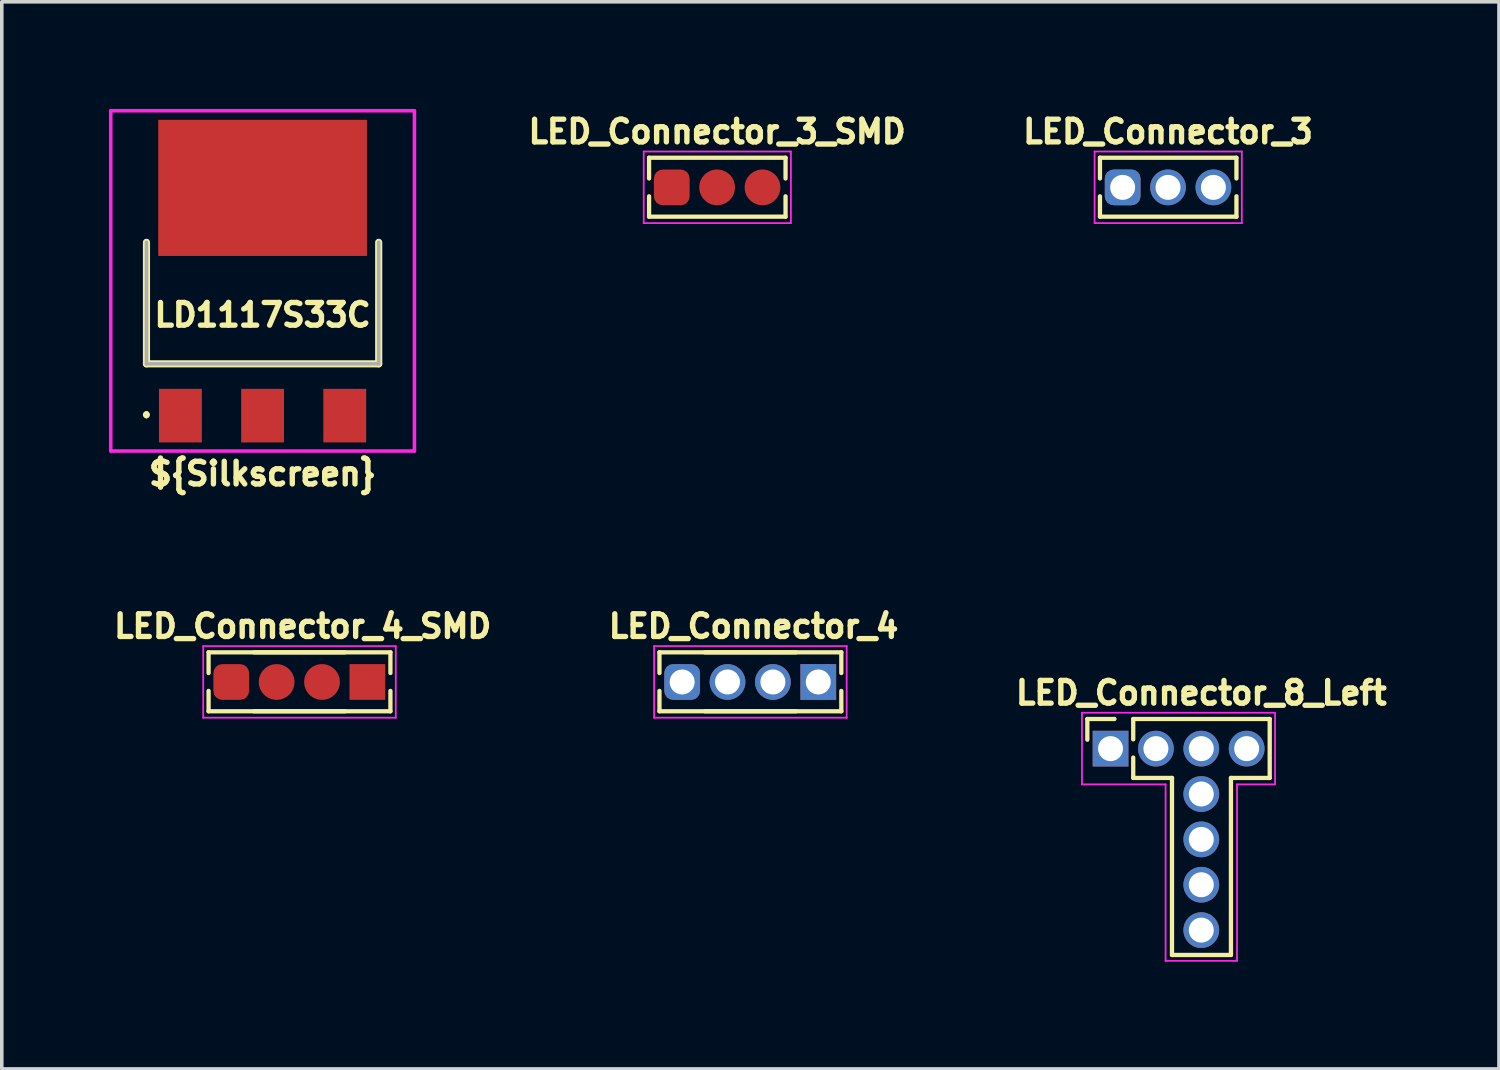
<source format=kicad_pcb>
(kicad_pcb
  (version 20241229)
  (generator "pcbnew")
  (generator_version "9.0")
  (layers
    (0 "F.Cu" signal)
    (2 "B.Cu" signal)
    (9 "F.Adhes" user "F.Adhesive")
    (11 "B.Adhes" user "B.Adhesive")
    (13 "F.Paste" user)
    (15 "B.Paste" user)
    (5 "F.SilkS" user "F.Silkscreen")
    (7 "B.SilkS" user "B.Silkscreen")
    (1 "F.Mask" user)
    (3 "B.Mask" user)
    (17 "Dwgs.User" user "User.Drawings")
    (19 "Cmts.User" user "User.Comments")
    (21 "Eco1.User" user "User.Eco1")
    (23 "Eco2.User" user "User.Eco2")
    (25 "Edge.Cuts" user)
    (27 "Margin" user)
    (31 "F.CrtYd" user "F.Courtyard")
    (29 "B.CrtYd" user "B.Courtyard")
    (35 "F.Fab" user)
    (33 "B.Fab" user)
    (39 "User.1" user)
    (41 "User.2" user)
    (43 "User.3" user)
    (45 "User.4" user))
  (footprint "LD1117S33C"
    (layer "F.Cu")
    (at 4.3 5.384)
    (property "Reference" "LD1117S33C" (at 0 0.381 0) (layer "F.SilkS") (effects (font (size 0.635 0.635) (thickness 0.15))))
    (property "Description" "" (at 0 0 0) (layer "F.Fab") (effects (font (size 0.635 0.635) (thickness 0.15))))
    (property "Silkscreen" "${Silkscreen}" (at 0 4.826 0) (layer "F.SilkS") (effects (font (size 0.635 0.635) (thickness 0.15))))
    (attr smd)
    (fp_line (start -3.252 3.125) (end -3.252 3.125) (stroke (width 0.1) (type solid)) (layer "F.SilkS"))
    (fp_line (start -3.252 3.225) (end -3.252 3.225) (stroke (width 0.1) (type solid)) (layer "F.SilkS"))
    (fp_line (start -3.25 1.75) (end -3.25 -1.651) (stroke (width 0.2) (type solid)) (layer "F.SilkS"))
    (fp_line (start 3.25 -1.651) (end 3.25 1.75) (stroke (width 0.2) (type solid)) (layer "F.SilkS"))
    (fp_line (start 3.25 1.75) (end -3.25 1.75) (stroke (width 0.2) (type solid)) (layer "F.SilkS"))
    (fp_arc (start -3.252 3.125) (mid -3.202 3.175) (end -3.252 3.225) (stroke (width 0.1) (type solid)) (layer "F.SilkS"))
    (fp_arc (start -3.252 3.225) (mid -3.302 3.175) (end -3.252 3.125) (stroke (width 0.1) (type solid)) (layer "F.SilkS"))
    (fp_line (start -4.25 -5.334) (end 4.25 -5.334) (stroke (width 0.1) (type solid)) (layer "F.CrtYd"))
    (fp_line (start -4.25 4.191) (end -4.25 -5.334) (stroke (width 0.1) (type solid)) (layer "F.CrtYd"))
    (fp_line (start 4.25 -5.334) (end 4.25 4.191) (stroke (width 0.1) (type solid)) (layer "F.CrtYd"))
    (fp_line (start 4.25 4.191) (end -4.25 4.191) (stroke (width 0.1) (type solid)) (layer "F.CrtYd"))
    (fp_line (start -3.25 1.75) (end -3.25 -1.651) (stroke (width 0.1) (type solid)) (layer "F.Fab"))
    (fp_line (start 3.25 -1.651) (end 3.25 1.75) (stroke (width 0.1) (type solid)) (layer "F.Fab"))
    (fp_line (start 3.25 1.75) (end -3.25 1.75) (stroke (width 0.1) (type solid)) (layer "F.Fab"))
    (pad "1" smd rect (at -2.3 3.2) (size 1.2 1.5) (layers "F.Cu" "F.Mask" "F.Paste"))
    (pad "2" smd rect (at 0 3.2) (size 1.2 1.5) (layers "F.Cu" "F.Mask" "F.Paste"))
    (pad "3" smd rect (at 2.3 3.2) (size 1.2 1.5) (layers "F.Cu" "F.Mask" "F.Paste"))
    (pad "4" smd rect (at 0 -3.175 90) (size 3.81 5.842) (layers "F.Cu" "F.Mask" "F.Paste")))
  (footprint "LED_Connector_8_Left"
    (layer "F.Cu")
    (at 30.575 14.095)
    (property "Reference" "LED_Connector_8_Left" (at 0 2.25 180) (layer "F.SilkS") (effects (font (size 0.635 0.635) (thickness 0.15))))
    (attr through_hole)
    (fp_line (start -3.19 2.98) (end -2.43 2.98) (stroke (width 0.12) (type solid)) (layer "F.SilkS"))
    (fp_line (start -3.19 3.56) (end -3.19 2.98) (stroke (width 0.12) (type solid)) (layer "F.SilkS"))
    (fp_line (start -1.905 2.98) (end 1.915 2.98) (stroke (width 0.12) (type solid)) (layer "F.SilkS"))
    (fp_line (start -1.905 3.55) (end -1.905 2.98) (stroke (width 0.12) (type solid)) (layer "F.SilkS"))
    (fp_line (start -1.905 4.63) (end -1.905 4.06) (stroke (width 0.12) (type solid)) (layer "F.SilkS"))
    (fp_line (start -1.905 4.63) (end -0.82 4.63) (stroke (width 0.12) (type solid)) (layer "F.SilkS"))
    (fp_line (start -0.82 4.63) (end -0.82 9.585) (stroke (width 0.12) (type solid)) (layer "F.SilkS"))
    (fp_line (start -0.82 9.585) (end 0.83 9.585) (stroke (width 0.12) (type solid)) (layer "F.SilkS"))
    (fp_line (start 0.83 4.63) (end 0.83 9.585) (stroke (width 0.12) (type solid)) (layer "F.SilkS"))
    (fp_line (start 0.83 4.63) (end 1.915 4.63) (stroke (width 0.12) (type solid)) (layer "F.SilkS"))
    (fp_line (start 1.915 2.98) (end 1.915 4.63) (stroke (width 0.12) (type solid)) (layer "F.SilkS"))
    (fp_line (start -3.34 2.805) (end 2.065 2.805) (stroke (width 0.05) (type solid)) (layer "F.CrtYd"))
    (fp_line (start -3.34 4.81) (end -3.34 2.805) (stroke (width 0.05) (type solid)) (layer "F.CrtYd"))
    (fp_line (start -1 4.81) (end -3.34 4.81) (stroke (width 0.05) (type solid)) (layer "F.CrtYd"))
    (fp_line (start -1 9.75) (end -1 4.81) (stroke (width 0.05) (type solid)) (layer "F.CrtYd"))
    (fp_line (start 1 9.75) (end -1 9.75) (stroke (width 0.05) (type solid)) (layer "F.CrtYd"))
    (fp_line (start 1 9.75) (end 1 4.81) (stroke (width 0.05) (type solid)) (layer "F.CrtYd"))
    (fp_line (start 2.065 4.81) (end 1 4.81) (stroke (width 0.05) (type solid)) (layer "F.CrtYd"))
    (fp_line (start 2.065 4.81) (end 2.065 2.805) (stroke (width 0.05) (type solid)) (layer "F.CrtYd"))
    (pad "1" thru_hole rect (at -2.54 3.81 90) (size 1 1) (drill 0.7) (layers "*.Cu" "*.Mask"))
    (pad "2" thru_hole oval (at -1.27 3.81 90) (size 1 1) (drill 0.7) (layers "*.Cu" "*.Mask"))
    (pad "3" thru_hole oval (at 0 3.81 270) (size 1 1) (drill 0.7) (layers "*.Cu" "*.Mask"))
    (pad "4" thru_hole oval (at 1.27 3.81 270) (size 1 1) (drill 0.7) (layers "*.Cu" "*.Mask"))
    (pad "5" thru_hole oval (at 0 5.08) (size 1 1) (drill 0.7) (layers "*.Cu" "*.Mask"))
    (pad "6" thru_hole oval (at 0 6.35) (size 1 1) (drill 0.7) (layers "*.Cu" "*.Mask"))
    (pad "7" thru_hole oval (at 0 7.62) (size 1 1) (drill 0.7) (layers "*.Cu" "*.Mask"))
    (pad "8" thru_hole oval (at 0 8.89) (size 1 1) (drill 0.7) (layers "*.Cu" "*.Mask")))
  (footprint "LED_Connector_4"
    (layer "F.Cu")
    (at 16.044 16.039)
    (property "Reference" "LED_Connector_4" (at 2 -1.56 180) (layer "F.SilkS") (effects (font (size 0.635 0.635) (thickness 0.15))))
    (attr through_hole)
    (fp_line (start -0.635 -0.83) (end 3.185 -0.83) (stroke (width 0.12) (type solid)) (layer "F.SilkS"))
    (fp_line (start -0.635 -0.25) (end -0.635 -0.83) (stroke (width 0.12) (type solid)) (layer "F.SilkS"))
    (fp_line (start -0.635 0.82) (end -0.635 0.25) (stroke (width 0.12) (type solid)) (layer "F.SilkS"))
    (fp_line (start -0.635 0.82) (end 3.185 0.82) (stroke (width 0.12) (type solid)) (layer "F.SilkS"))
    (fp_line (start 0.635 -0.83) (end 4.455 -0.83) (stroke (width 0.12) (type solid)) (layer "F.SilkS"))
    (fp_line (start 0.635 0.82) (end 4.455 0.82) (stroke (width 0.12) (type solid)) (layer "F.SilkS"))
    (fp_line (start 4.455 -0.25) (end 4.455 -0.83) (stroke (width 0.12) (type solid)) (layer "F.SilkS"))
    (fp_line (start 4.455 0.82) (end 4.455 0.25) (stroke (width 0.12) (type solid)) (layer "F.SilkS"))
    (fp_line (start -0.785 -1.005) (end 4.605 -1.005) (stroke (width 0.05) (type solid)) (layer "F.CrtYd"))
    (fp_line (start -0.785 1) (end -0.785 -1.005) (stroke (width 0.05) (type solid)) (layer "F.CrtYd"))
    (fp_line (start 4.605 1) (end -0.785 1) (stroke (width 0.05) (type solid)) (layer "F.CrtYd"))
    (fp_line (start 4.605 1) (end 4.605 -1.005) (stroke (width 0.05) (type solid)) (layer "F.CrtYd"))
    (pad "1" thru_hole roundrect (at 0 0 90) (size 1 1) (drill 0.7) (layers "*.Cu" "*.Mask") (roundrect_rratio 0.25))
    (pad "2" thru_hole oval (at 1.27 0 270) (size 1 1) (drill 0.7) (layers "*.Cu" "*.Mask"))
    (pad "3" thru_hole oval (at 2.54 0 270) (size 1 1) (drill 0.7) (layers "*.Cu" "*.Mask"))
    (pad "4" thru_hole rect (at 3.81 0 270) (size 1 1) (drill 0.7) (layers "*.Cu" "*.Mask")))
  (footprint "LED_Connector_3"
    (layer "F.Cu")
    (at 28.374 2.195)
    (property "Reference" "LED_Connector_3" (at 1.27 -1.56 180) (layer "F.SilkS") (effects (font (size 0.635 0.635) (thickness 0.15))))
    (attr through_hole)
    (fp_line (start -0.635 -0.83) (end 3.185 -0.83) (stroke (width 0.12) (type solid)) (layer "F.SilkS"))
    (fp_line (start -0.635 -0.25) (end -0.635 -0.83) (stroke (width 0.12) (type solid)) (layer "F.SilkS"))
    (fp_line (start -0.635 0.82) (end -0.635 0.25) (stroke (width 0.12) (type solid)) (layer "F.SilkS"))
    (fp_line (start -0.635 0.82) (end 3.185 0.82) (stroke (width 0.12) (type solid)) (layer "F.SilkS"))
    (fp_line (start 3.185 -0.25) (end 3.185 -0.83) (stroke (width 0.12) (type solid)) (layer "F.SilkS"))
    (fp_line (start 3.185 0.82) (end 3.185 0.25) (stroke (width 0.12) (type solid)) (layer "F.SilkS"))
    (fp_line (start -0.785 -1.005) (end 3.335 -1.005) (stroke (width 0.05) (type solid)) (layer "F.CrtYd"))
    (fp_line (start -0.785 1) (end -0.785 -1.005) (stroke (width 0.05) (type solid)) (layer "F.CrtYd"))
    (fp_line (start 3.335 1) (end -0.785 1) (stroke (width 0.05) (type solid)) (layer "F.CrtYd"))
    (fp_line (start 3.335 1) (end 3.335 -1.005) (stroke (width 0.05) (type solid)) (layer "F.CrtYd"))
    (pad "1" thru_hole roundrect (at 0 0 90) (size 1 1) (drill 0.7) (layers "*.Cu" "*.Mask") (roundrect_rratio 0.25))
    (pad "2" thru_hole oval (at 1.27 0 270) (size 1 1) (drill 0.7) (layers "*.Cu" "*.Mask"))
    (pad "3" thru_hole oval (at 2.54 0 270) (size 1 1) (drill 0.7) (layers "*.Cu" "*.Mask")))
  (footprint "LED_Connector_3_SMD"
    (layer "F.Cu")
    (at 15.753 2.195)
    (property "Reference" "LED_Connector_3_SMD" (at 1.27 -1.56 180) (layer "F.SilkS") (effects (font (size 0.635 0.635) (thickness 0.15))))
    (attr through_hole)
    (fp_line (start -0.635 -0.83) (end 3.185 -0.83) (stroke (width 0.12) (type solid)) (layer "F.SilkS"))
    (fp_line (start -0.635 -0.25) (end -0.635 -0.83) (stroke (width 0.12) (type solid)) (layer "F.SilkS"))
    (fp_line (start -0.635 0.82) (end -0.635 0.25) (stroke (width 0.12) (type solid)) (layer "F.SilkS"))
    (fp_line (start -0.635 0.82) (end 3.185 0.82) (stroke (width 0.12) (type solid)) (layer "F.SilkS"))
    (fp_line (start 3.185 -0.25) (end 3.185 -0.83) (stroke (width 0.12) (type solid)) (layer "F.SilkS"))
    (fp_line (start 3.185 0.82) (end 3.185 0.25) (stroke (width 0.12) (type solid)) (layer "F.SilkS"))
    (fp_line (start -0.785 -1.005) (end 3.335 -1.005) (stroke (width 0.05) (type solid)) (layer "F.CrtYd"))
    (fp_line (start -0.785 1) (end -0.785 -1.005) (stroke (width 0.05) (type solid)) (layer "F.CrtYd"))
    (fp_line (start 3.335 1) (end -0.785 1) (stroke (width 0.05) (type solid)) (layer "F.CrtYd"))
    (fp_line (start 3.335 1) (end 3.335 -1.005) (stroke (width 0.05) (type solid)) (layer "F.CrtYd"))
    (pad "1" smd roundrect (at 0 0 90) (size 1 1) (layers "F.Cu" "F.Mask" "F.Paste") (roundrect_rratio 0.25))
    (pad "2" smd oval (at 1.27 0 270) (size 1 1) (layers "F.Cu" "F.Mask" "F.Paste"))
    (pad "3" smd oval (at 2.54 0 270) (size 1 1) (layers "F.Cu" "F.Mask" "F.Paste")))
  (footprint "LED_Connector_4_SMD"
    (layer "F.Cu")
    (at 3.423 16.039)
    (property "Reference" "LED_Connector_4_SMD" (at 2 -1.56 180) (layer "F.SilkS") (effects (font (size 0.635 0.635) (thickness 0.15))))
    (attr through_hole)
    (fp_line (start -0.635 -0.83) (end 3.185 -0.83) (stroke (width 0.12) (type solid)) (layer "F.SilkS"))
    (fp_line (start -0.635 -0.25) (end -0.635 -0.83) (stroke (width 0.12) (type solid)) (layer "F.SilkS"))
    (fp_line (start -0.635 0.82) (end -0.635 0.25) (stroke (width 0.12) (type solid)) (layer "F.SilkS"))
    (fp_line (start -0.635 0.82) (end 3.185 0.82) (stroke (width 0.12) (type solid)) (layer "F.SilkS"))
    (fp_line (start 0.635 -0.83) (end 4.455 -0.83) (stroke (width 0.12) (type solid)) (layer "F.SilkS"))
    (fp_line (start 0.635 0.82) (end 4.455 0.82) (stroke (width 0.12) (type solid)) (layer "F.SilkS"))
    (fp_line (start 4.455 -0.25) (end 4.455 -0.83) (stroke (width 0.12) (type solid)) (layer "F.SilkS"))
    (fp_line (start 4.455 0.82) (end 4.455 0.25) (stroke (width 0.12) (type solid)) (layer "F.SilkS"))
    (fp_line (start -0.785 -1.005) (end 4.605 -1.005) (stroke (width 0.05) (type solid)) (layer "F.CrtYd"))
    (fp_line (start -0.785 1) (end -0.785 -1.005) (stroke (width 0.05) (type solid)) (layer "F.CrtYd"))
    (fp_line (start 4.605 1) (end -0.785 1) (stroke (width 0.05) (type solid)) (layer "F.CrtYd"))
    (fp_line (start 4.605 1) (end 4.605 -1.005) (stroke (width 0.05) (type solid)) (layer "F.CrtYd"))
    (pad "1" smd roundrect (at 0 0 90) (size 1 1) (layers "F.Cu" "F.Mask" "F.Paste") (roundrect_rratio 0.25))
    (pad "2" smd oval (at 1.27 0 270) (size 1 1) (layers "F.Cu" "F.Mask" "F.Paste"))
    (pad "3" smd oval (at 2.54 0 270) (size 1 1) (layers "F.Cu" "F.Mask" "F.Paste"))
    (pad "4" smd rect (at 3.81 0 270) (size 1 1) (layers "F.Cu" "F.Mask" "F.Paste")))
  (gr_rect
    (start -3 -3)
    (end 38.907 26.87)
    (stroke (width 0.1) (type default))
    (fill no)
    (layer "Edge.Cuts")))
</source>
